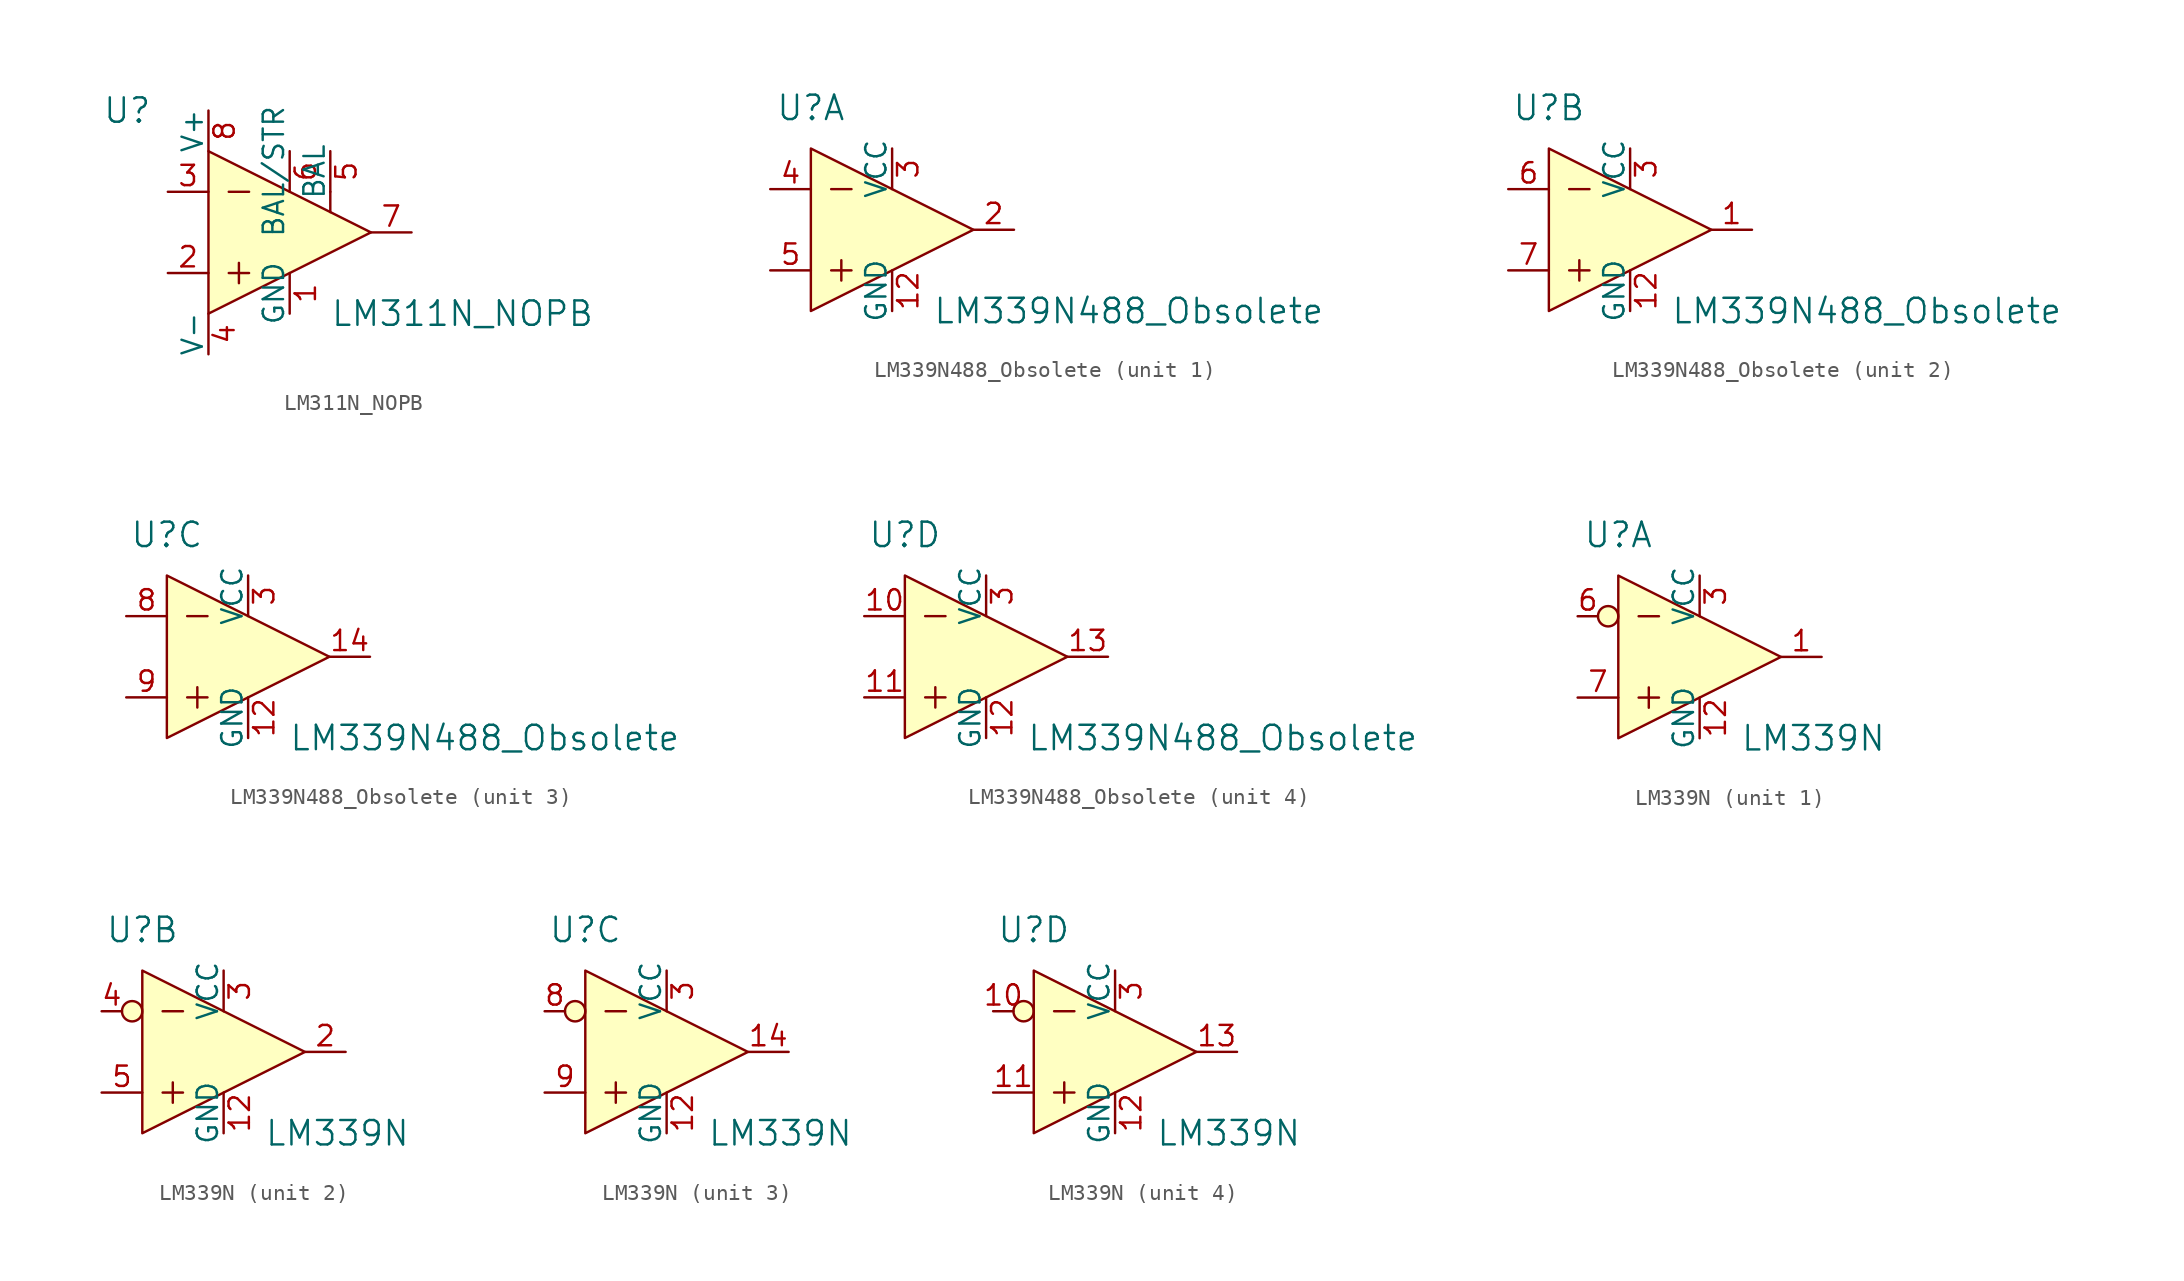
<source format=kicad_sym>
(kicad_symbol_lib
  (version 20231120)
  (generator "kicad_symbol_editor")
  (generator_version "8.0")
  (symbol "LM311N_NOPB"
    (pin_names
      (offset 0))
    (property "Reference" "U"
      (at -10.16 7.62 0)
      (effects (font (size 1.524 1.524))))
    (property "Value" "LM311N_NOPB"
      (at 2.54 -5.08 0)
      (effects (font (size 1.524 1.524)) (justify left)))
    (symbol "LM311N_NOPB_0_1"
      (polyline (pts (xy -3.81 -2.54) (xy -2.54 -2.54)) (stroke (width 0) (type default)) (fill (type none)))
      (polyline (pts (xy -3.81 2.54) (xy -2.54 2.54)) (stroke (width 0) (type default)) (fill (type none)))
      (polyline (pts (xy -3.175 -1.905) (xy -3.175 -3.175)) (stroke (width 0) (type default)) (fill (type none)))
      (polyline (pts (xy 2.54 2.54) (xy 2.54 1.27)) (stroke (width 0) (type default)) (fill (type none)))
      (polyline (pts (xy -5.08 5.08) (xy -5.08 -5.08) (xy 5.08 0) (xy -5.08 5.08)) (stroke (width 0) (type default)) (fill (type background))))
    (symbol "LM311N_NOPB_1_1"
      (pin power_in line (at 0 -5.08 90) (length 2.54) (name "GND" (effects (font (size 1.27 1.27)))) (number "1" (effects (font (size 1.27 1.27)))))
      (pin input line (at -7.62 -2.54 0) (length 2.54) (name "~" (effects (font (size 1.27 1.27)))) (number "2" (effects (font (size 1.27 1.27)))))
      (pin input line (at -7.62 2.54 0) (length 2.54) (name "~" (effects (font (size 1.27 1.27)))) (number "3" (effects (font (size 1.27 1.27)))))
      (pin power_in line (at -5.08 -7.62 90) (length 2.54) (name "V-" (effects (font (size 1.27 1.27)))) (number "4" (effects (font (size 1.27 1.27)))))
      (pin passive line (at 2.54 5.08 270) (length 2.54) (name "BAL" (effects (font (size 1.27 1.27)))) (number "5" (effects (font (size 1.27 1.27)))))
      (pin passive line (at 0 5.08 270) (length 2.54) (name "BAL/STR" (effects (font (size 1.27 1.27)))) (number "6" (effects (font (size 1.27 1.27)))))
      (pin output line (at 7.62 0 180) (length 2.54) (name "~" (effects (font (size 1.27 1.27)))) (number "7" (effects (font (size 1.27 1.27)))))
      (pin power_in line (at -5.08 7.62 270) (length 2.54) (name "V+" (effects (font (size 1.27 1.27)))) (number "8" (effects (font (size 1.27 1.27)))))))
  (symbol "LM339N488_Obsolete"
    (pin_names
      (offset 0))
    (property "Reference" "U"
      (at -5.08 7.62 0)
      (effects (font (size 1.524 1.524))))
    (property "Value" "LM339N488_Obsolete"
      (at 2.54 -5.08 0)
      (effects (font (size 1.524 1.524)) (justify left)))
    (property "ki_locked" ""
      (at 0 0 0)
      (effects (font (size 1.27 1.27))))
    (symbol "LM339N488_Obsolete_0_1"
      (polyline (pts (xy -3.81 -2.54) (xy -2.54 -2.54)) (stroke (width 0) (type default)) (fill (type none)))
      (polyline (pts (xy -3.81 2.54) (xy -2.54 2.54)) (stroke (width 0) (type default)) (fill (type none)))
      (polyline (pts (xy -3.175 -1.905) (xy -3.175 -3.175)) (stroke (width 0) (type default)) (fill (type none)))
      (polyline (pts (xy -5.08 5.08) (xy -5.08 -5.08) (xy 5.08 0) (xy -5.08 5.08)) (stroke (width 0) (type default)) (fill (type background))))
    (symbol "LM339N488_Obsolete_1_1"
      (pin power_in line (at 0 -5.08 90) (length 2.54) (name "GND" (effects (font (size 1.27 1.27)))) (number "12" (effects (font (size 1.27 1.27)))))
      (pin output line (at 7.62 0 180) (length 2.54) (name "~" (effects (font (size 1.27 1.27)))) (number "2" (effects (font (size 1.27 1.27)))))
      (pin power_in line (at 0 5.08 270) (length 2.54) (name "VCC" (effects (font (size 1.27 1.27)))) (number "3" (effects (font (size 1.27 1.27)))))
      (pin input line (at -7.62 2.54 0) (length 2.54) (name "~" (effects (font (size 1.27 1.27)))) (number "4" (effects (font (size 1.27 1.27)))))
      (pin input line (at -7.62 -2.54 0) (length 2.54) (name "~" (effects (font (size 1.27 1.27)))) (number "5" (effects (font (size 1.27 1.27))))))
    (symbol "LM339N488_Obsolete_2_1"
      (pin output line (at 7.62 0 180) (length 2.54) (name "~" (effects (font (size 1.27 1.27)))) (number "1" (effects (font (size 1.27 1.27)))))
      (pin power_in line (at 0 -5.08 90) (length 2.54) (name "GND" (effects (font (size 1.27 1.27)))) (number "12" (effects (font (size 1.27 1.27)))))
      (pin power_in line (at 0 5.08 270) (length 2.54) (name "VCC" (effects (font (size 1.27 1.27)))) (number "3" (effects (font (size 1.27 1.27)))))
      (pin input line (at -7.62 2.54 0) (length 2.54) (name "~" (effects (font (size 1.27 1.27)))) (number "6" (effects (font (size 1.27 1.27)))))
      (pin input line (at -7.62 -2.54 0) (length 2.54) (name "~" (effects (font (size 1.27 1.27)))) (number "7" (effects (font (size 1.27 1.27))))))
    (symbol "LM339N488_Obsolete_3_1"
      (pin power_in line (at 0 -5.08 90) (length 2.54) (name "GND" (effects (font (size 1.27 1.27)))) (number "12" (effects (font (size 1.27 1.27)))))
      (pin output line (at 7.62 0 180) (length 2.54) (name "~" (effects (font (size 1.27 1.27)))) (number "14" (effects (font (size 1.27 1.27)))))
      (pin power_in line (at 0 5.08 270) (length 2.54) (name "VCC" (effects (font (size 1.27 1.27)))) (number "3" (effects (font (size 1.27 1.27)))))
      (pin input line (at -7.62 2.54 0) (length 2.54) (name "~" (effects (font (size 1.27 1.27)))) (number "8" (effects (font (size 1.27 1.27)))))
      (pin input line (at -7.62 -2.54 0) (length 2.54) (name "~" (effects (font (size 1.27 1.27)))) (number "9" (effects (font (size 1.27 1.27))))))
    (symbol "LM339N488_Obsolete_4_1"
      (pin input line (at -7.62 2.54 0) (length 2.54) (name "~" (effects (font (size 1.27 1.27)))) (number "10" (effects (font (size 1.27 1.27)))))
      (pin input line (at -7.62 -2.54 0) (length 2.54) (name "~" (effects (font (size 1.27 1.27)))) (number "11" (effects (font (size 1.27 1.27)))))
      (pin power_in line (at 0 -5.08 90) (length 2.54) (name "GND" (effects (font (size 1.27 1.27)))) (number "12" (effects (font (size 1.27 1.27)))))
      (pin output line (at 7.62 0 180) (length 2.54) (name "~" (effects (font (size 1.27 1.27)))) (number "13" (effects (font (size 1.27 1.27)))))
      (pin power_in line (at 0 5.08 270) (length 2.54) (name "VCC" (effects (font (size 1.27 1.27)))) (number "3" (effects (font (size 1.27 1.27)))))))
  (symbol "LM339N"
    (pin_names
      (offset 0))
    (property "Reference" "U"
      (at -5.08 7.62 0)
      (effects (font (size 1.524 1.524))))
    (property "Value" "LM339N"
      (at 2.54 -5.08 0)
      (effects (font (size 1.524 1.524)) (justify left)))
    (property "ki_locked" ""
      (at 0 0 0)
      (effects (font (size 1.27 1.27))))
    (symbol "LM339N_0_1"
      (circle (center -5.715 2.54) (radius 0.635) (stroke (width 0) (type default)) (fill (type background)))
      (polyline (pts (xy -3.81 -2.54) (xy -2.54 -2.54)) (stroke (width 0) (type default)) (fill (type none)))
      (polyline (pts (xy -3.81 2.54) (xy -2.54 2.54)) (stroke (width 0) (type default)) (fill (type none)))
      (polyline (pts (xy -3.175 -1.905) (xy -3.175 -3.175)) (stroke (width 0) (type default)) (fill (type none)))
      (polyline (pts (xy -5.08 5.08) (xy -5.08 -5.08) (xy 5.08 0) (xy -5.08 5.08)) (stroke (width 0) (type default)) (fill (type background))))
    (symbol "LM339N_1_1"
      (pin output line (at 7.62 0 180) (length 2.54) (name "~" (effects (font (size 1.27 1.27)))) (number "1" (effects (font (size 1.27 1.27)))))
      (pin power_in line (at 0 -5.08 90) (length 2.54) (name "GND" (effects (font (size 1.27 1.27)))) (number "12" (effects (font (size 1.27 1.27)))))
      (pin power_in line (at 0 5.08 270) (length 2.54) (name "VCC" (effects (font (size 1.27 1.27)))) (number "3" (effects (font (size 1.27 1.27)))))
      (pin input line (at -7.62 2.54 0) (length 1.27) (name "~" (effects (font (size 1.27 1.27)))) (number "6" (effects (font (size 1.27 1.27)))))
      (pin input line (at -7.62 -2.54 0) (length 2.54) (name "~" (effects (font (size 1.27 1.27)))) (number "7" (effects (font (size 1.27 1.27))))))
    (symbol "LM339N_2_1"
      (pin power_in line (at 0 -5.08 90) (length 2.54) (name "GND" (effects (font (size 1.27 1.27)))) (number "12" (effects (font (size 1.27 1.27)))))
      (pin output line (at 7.62 0 180) (length 2.54) (name "~" (effects (font (size 1.27 1.27)))) (number "2" (effects (font (size 1.27 1.27)))))
      (pin power_in line (at 0 5.08 270) (length 2.54) (name "VCC" (effects (font (size 1.27 1.27)))) (number "3" (effects (font (size 1.27 1.27)))))
      (pin input line (at -7.62 2.54 0) (length 1.27) (name "~" (effects (font (size 1.27 1.27)))) (number "4" (effects (font (size 1.27 1.27)))))
      (pin input line (at -7.62 -2.54 0) (length 2.54) (name "~" (effects (font (size 1.27 1.27)))) (number "5" (effects (font (size 1.27 1.27))))))
    (symbol "LM339N_3_1"
      (pin power_in line (at 0 -5.08 90) (length 2.54) (name "GND" (effects (font (size 1.27 1.27)))) (number "12" (effects (font (size 1.27 1.27)))))
      (pin output line (at 7.62 0 180) (length 2.54) (name "~" (effects (font (size 1.27 1.27)))) (number "14" (effects (font (size 1.27 1.27)))))
      (pin power_in line (at 0 5.08 270) (length 2.54) (name "VCC" (effects (font (size 1.27 1.27)))) (number "3" (effects (font (size 1.27 1.27)))))
      (pin input line (at -7.62 2.54 0) (length 1.27) (name "~" (effects (font (size 1.27 1.27)))) (number "8" (effects (font (size 1.27 1.27)))))
      (pin input line (at -7.62 -2.54 0) (length 2.54) (name "~" (effects (font (size 1.27 1.27)))) (number "9" (effects (font (size 1.27 1.27))))))
    (symbol "LM339N_4_1"
      (pin input line (at -7.62 2.54 0) (length 1.27) (name "~" (effects (font (size 1.27 1.27)))) (number "10" (effects (font (size 1.27 1.27)))))
      (pin input line (at -7.62 -2.54 0) (length 2.54) (name "~" (effects (font (size 1.27 1.27)))) (number "11" (effects (font (size 1.27 1.27)))))
      (pin power_in line (at 0 -5.08 90) (length 2.54) (name "GND" (effects (font (size 1.27 1.27)))) (number "12" (effects (font (size 1.27 1.27)))))
      (pin output line (at 7.62 0 180) (length 2.54) (name "~" (effects (font (size 1.27 1.27)))) (number "13" (effects (font (size 1.27 1.27)))))
      (pin power_in line (at 0 5.08 270) (length 2.54) (name "VCC" (effects (font (size 1.27 1.27)))) (number "3" (effects (font (size 1.27 1.27))))))))
</source>
